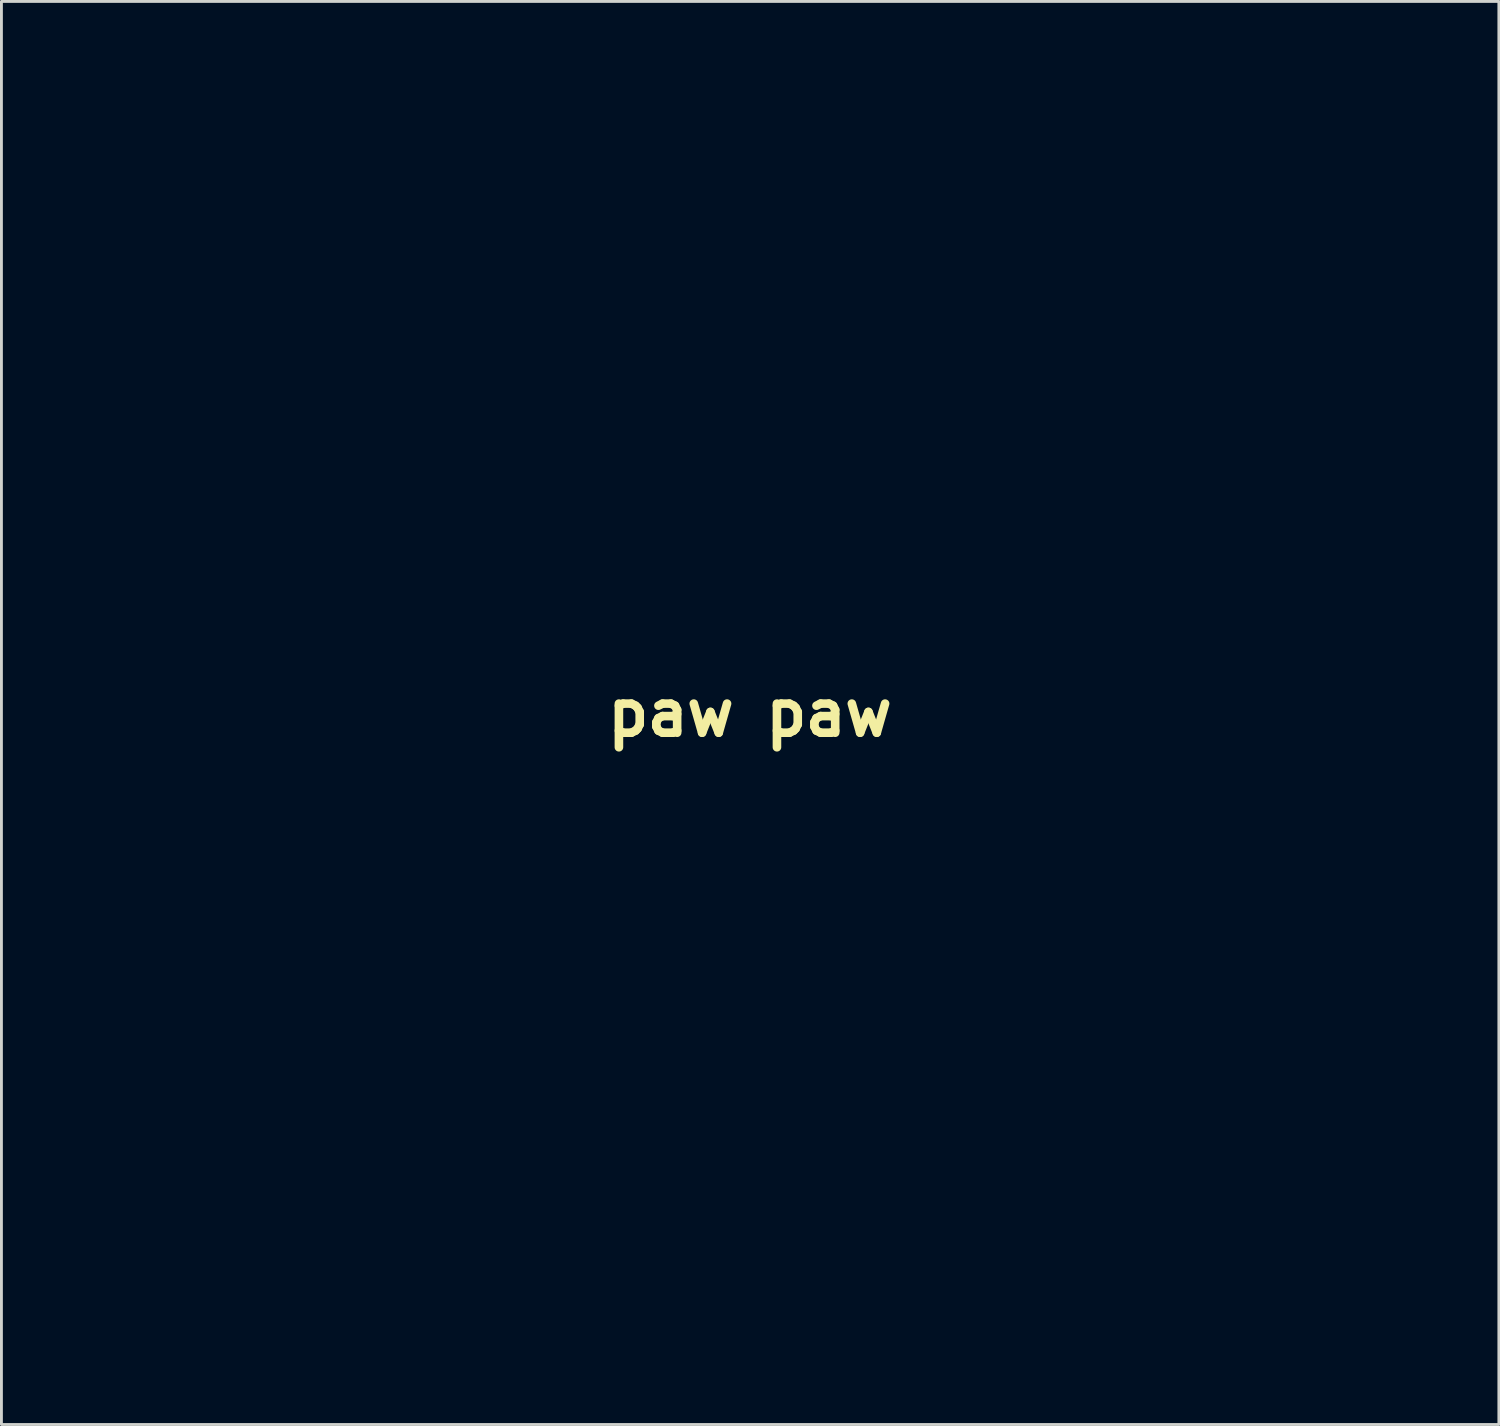
<source format=kicad_pcb>
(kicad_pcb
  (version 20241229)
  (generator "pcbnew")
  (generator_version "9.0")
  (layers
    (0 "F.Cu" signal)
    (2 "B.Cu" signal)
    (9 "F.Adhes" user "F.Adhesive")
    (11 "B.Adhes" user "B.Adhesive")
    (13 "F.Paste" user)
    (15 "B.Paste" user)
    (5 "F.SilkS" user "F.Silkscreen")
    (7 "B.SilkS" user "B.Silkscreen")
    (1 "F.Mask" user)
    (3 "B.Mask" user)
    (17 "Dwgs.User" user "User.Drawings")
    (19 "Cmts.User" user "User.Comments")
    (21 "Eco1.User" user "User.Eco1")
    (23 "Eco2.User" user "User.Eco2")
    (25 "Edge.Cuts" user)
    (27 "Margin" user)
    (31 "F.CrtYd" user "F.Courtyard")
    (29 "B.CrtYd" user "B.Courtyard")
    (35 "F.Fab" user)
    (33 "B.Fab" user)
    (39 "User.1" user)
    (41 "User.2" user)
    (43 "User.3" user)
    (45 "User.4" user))
  (footprint "paw paw"
    (layer "F.Cu")
    (at 23.122 21.832)
    (property "Reference" "paw paw" (at 0 0 0) (layer "F.SilkS") (effects (font (size 1.524 1.524) (thickness 0.3))))
    (attr through_hole)
    (fp_poly (pts (xy 18.769 -9.979) (xy 18.905 -9.974) (xy 19.034 -9.966) (xy 19.15 -9.957) (xy 19.247 -9.945) (xy 19.247 -9.945) (xy 19.567 -9.883) (xy 19.877 -9.799) (xy 20.176 -9.691) (xy 20.465 -9.56) (xy 20.743 -9.407) (xy 21.01 -9.23) (xy 21.266 -9.031) (xy 21.491 -8.828) (xy 21.719 -8.591) (xy 21.931 -8.335) (xy 22.129 -8.06) (xy 22.31 -7.767) (xy 22.474 -7.458) (xy 22.622 -7.133) (xy 22.752 -6.795) (xy 22.864 -6.444) (xy 22.957 -6.08) (xy 23.031 -5.706) (xy 23.086 -5.322) (xy 23.094 -5.245) (xy 23.11 -5.093) (xy 23.121 -4.96) (xy 23.128 -4.841) (xy 23.132 -4.732) (xy 23.132 -4.626) (xy 23.129 -4.518) (xy 23.126 -4.445) (xy 23.09 -3.943) (xy 23.036 -3.458) (xy 22.965 -2.991) (xy 22.875 -2.54) (xy 22.766 -2.106) (xy 22.64 -1.687) (xy 22.494 -1.283) (xy 22.329 -0.893) (xy 22.145 -0.517) (xy 21.942 -0.155) (xy 21.719 0.195) (xy 21.477 0.533) (xy 21.274 0.787) (xy 21.218 0.852) (xy 21.146 0.931) (xy 21.062 1.02) (xy 20.97 1.115) (xy 20.872 1.214) (xy 20.773 1.312) (xy 20.675 1.407) (xy 20.583 1.495) (xy 20.499 1.573) (xy 20.427 1.636) (xy 20.403 1.657) (xy 20.194 1.824) (xy 19.979 1.986) (xy 19.762 2.14) (xy 19.546 2.283) (xy 19.336 2.413) (xy 19.134 2.527) (xy 19.018 2.588) (xy 18.726 2.722) (xy 18.424 2.838) (xy 18.117 2.934) (xy 17.809 3.009) (xy 17.503 3.062) (xy 17.291 3.086) (xy 17.23 3.09) (xy 17.152 3.093) (xy 17.064 3.095) (xy 16.97 3.096) (xy 16.877 3.097) (xy 16.791 3.096) (xy 16.717 3.094) (xy 16.661 3.092) (xy 16.65 3.091) (xy 16.347 3.054) (xy 16.061 3.003) (xy 15.791 2.935) (xy 15.531 2.85) (xy 15.28 2.746) (xy 15.034 2.622) (xy 14.789 2.478) (xy 14.719 2.433) (xy 14.457 2.246) (xy 14.209 2.038) (xy 13.976 1.809) (xy 13.758 1.562) (xy 13.556 1.295) (xy 13.37 1.009) (xy 13.199 0.705) (xy 13.046 0.384) (xy 12.909 0.045) (xy 12.84 -0.152) (xy 12.714 -0.573) (xy 12.613 -0.996) (xy 12.537 -1.421) (xy 12.486 -1.847) (xy 12.46 -2.274) (xy 12.46 -2.703) (xy 12.485 -3.131) (xy 12.536 -3.56) (xy 12.561 -3.721) (xy 12.644 -4.135) (xy 12.751 -4.552) (xy 12.884 -4.971) (xy 13.041 -5.391) (xy 13.222 -5.813) (xy 13.427 -6.235) (xy 13.657 -6.657) (xy 13.79 -6.883) (xy 14.02 -7.245) (xy 14.264 -7.585) (xy 14.521 -7.903) (xy 14.792 -8.2) (xy 15.077 -8.476) (xy 15.375 -8.732) (xy 15.689 -8.967) (xy 16.016 -9.182) (xy 16.359 -9.378) (xy 16.471 -9.435) (xy 16.783 -9.582) (xy 17.091 -9.705) (xy 17.396 -9.805) (xy 17.701 -9.883) (xy 18.009 -9.939) (xy 18.274 -9.97) (xy 18.378 -9.977) (xy 18.499 -9.98) (xy 18.631 -9.981) (xy 18.769 -9.979)) (stroke (width 0.01) (type solid)) (fill no) (layer "Eco2.User"))
    (fp_poly (pts (xy -18.396 -9.989) (xy -18.083 -9.965) (xy -17.773 -9.918) (xy -17.466 -9.848) (xy -17.16 -9.755) (xy -16.854 -9.639) (xy -16.548 -9.499) (xy -16.242 -9.334) (xy -15.933 -9.145) (xy -15.622 -8.932) (xy -15.508 -8.848) (xy -15.224 -8.623) (xy -14.946 -8.377) (xy -14.678 -8.115) (xy -14.426 -7.842) (xy -14.192 -7.561) (xy -14.096 -7.436) (xy -13.856 -7.095) (xy -13.634 -6.738) (xy -13.429 -6.365) (xy -13.241 -5.975) (xy -13.07 -5.568) (xy -12.914 -5.142) (xy -12.775 -4.697) (xy -12.744 -4.59) (xy -12.633 -4.15) (xy -12.545 -3.719) (xy -12.481 -3.294) (xy -12.442 -2.875) (xy -12.426 -2.462) (xy -12.434 -2.053) (xy -12.466 -1.649) (xy -12.522 -1.247) (xy -12.601 -0.848) (xy -12.639 -0.692) (xy -12.747 -0.313) (xy -12.874 0.052) (xy -13.022 0.4) (xy -13.188 0.733) (xy -13.374 1.049) (xy -13.578 1.348) (xy -13.667 1.466) (xy -13.728 1.541) (xy -13.803 1.627) (xy -13.887 1.719) (xy -13.976 1.813) (xy -14.065 1.904) (xy -14.15 1.988) (xy -14.227 2.059) (xy -14.266 2.094) (xy -14.528 2.3) (xy -14.799 2.484) (xy -15.079 2.643) (xy -15.368 2.778) (xy -15.664 2.89) (xy -15.969 2.978) (xy -16.282 3.041) (xy -16.466 3.067) (xy -16.572 3.077) (xy -16.693 3.084) (xy -16.824 3.09) (xy -16.956 3.092) (xy -17.081 3.092) (xy -17.192 3.088) (xy -17.232 3.086) (xy -17.565 3.05) (xy -17.895 2.989) (xy -18.223 2.903) (xy -18.548 2.791) (xy -18.87 2.655) (xy -19.188 2.494) (xy -19.504 2.307) (xy -19.816 2.096) (xy -19.92 2.019) (xy -20.266 1.744) (xy -20.593 1.453) (xy -20.9 1.145) (xy -21.187 0.822) (xy -21.455 0.483) (xy -21.703 0.127) (xy -21.933 -0.245) (xy -22.143 -0.633) (xy -22.333 -1.038) (xy -22.505 -1.46) (xy -22.569 -1.634) (xy -22.66 -1.909) (xy -22.746 -2.196) (xy -22.824 -2.49) (xy -22.893 -2.785) (xy -22.952 -3.075) (xy -22.999 -3.357) (xy -23.034 -3.623) (xy -23.037 -3.651) (xy -23.041 -3.693) (xy -23.047 -3.757) (xy -23.054 -3.838) (xy -23.062 -3.933) (xy -23.07 -4.039) (xy -23.079 -4.151) (xy -23.088 -4.267) (xy -23.088 -4.269) (xy -23.098 -4.402) (xy -23.106 -4.515) (xy -23.112 -4.61) (xy -23.116 -4.692) (xy -23.117 -4.766) (xy -23.117 -4.835) (xy -23.114 -4.904) (xy -23.108 -4.977) (xy -23.1 -5.058) (xy -23.089 -5.152) (xy -23.076 -5.261) (xy -23.075 -5.271) (xy -23.015 -5.681) (xy -22.935 -6.078) (xy -22.835 -6.46) (xy -22.715 -6.827) (xy -22.577 -7.178) (xy -22.419 -7.514) (xy -22.241 -7.834) (xy -22.045 -8.137) (xy -21.838 -8.413) (xy -21.765 -8.5) (xy -21.678 -8.597) (xy -21.581 -8.699) (xy -21.481 -8.8) (xy -21.383 -8.895) (xy -21.292 -8.978) (xy -21.254 -9.011) (xy -20.993 -9.215) (xy -20.722 -9.396) (xy -20.443 -9.553) (xy -20.155 -9.686) (xy -19.859 -9.796) (xy -19.554 -9.881) (xy -19.242 -9.943) (xy -18.922 -9.98) (xy -18.713 -9.991) (xy -18.396 -9.989)) (stroke (width 0.01) (type solid)) (fill no) (layer "Eco2.User"))
    (fp_poly (pts (xy 8.156 -21.825) (xy 8.291 -21.821) (xy 8.413 -21.815) (xy 8.518 -21.806) (xy 8.547 -21.802) (xy 8.872 -21.747) (xy 9.185 -21.671) (xy 9.486 -21.574) (xy 9.777 -21.454) (xy 10.058 -21.311) (xy 10.331 -21.146) (xy 10.597 -20.957) (xy 10.856 -20.744) (xy 11.084 -20.532) (xy 11.358 -20.244) (xy 11.613 -19.941) (xy 11.847 -19.624) (xy 12.062 -19.291) (xy 12.256 -18.944) (xy 12.431 -18.581) (xy 12.585 -18.202) (xy 12.72 -17.808) (xy 12.835 -17.398) (xy 12.931 -16.972) (xy 13.006 -16.53) (xy 13.049 -16.205) (xy 13.066 -16.034) (xy 13.082 -15.854) (xy 13.095 -15.669) (xy 13.106 -15.482) (xy 13.115 -15.299) (xy 13.121 -15.122) (xy 13.124 -14.958) (xy 13.123 -14.809) (xy 13.12 -14.68) (xy 13.118 -14.649) (xy 13.078 -14.122) (xy 13.016 -13.609) (xy 12.934 -13.11) (xy 12.831 -12.625) (xy 12.706 -12.154) (xy 12.561 -11.696) (xy 12.394 -11.251) (xy 12.205 -10.819) (xy 11.995 -10.399) (xy 11.763 -9.992) (xy 11.51 -9.597) (xy 11.235 -9.213) (xy 10.938 -8.841) (xy 10.877 -8.769) (xy 10.805 -8.688) (xy 10.72 -8.596) (xy 10.625 -8.495) (xy 10.523 -8.39) (xy 10.419 -8.285) (xy 10.315 -8.182) (xy 10.216 -8.086) (xy 10.125 -8) (xy 10.045 -7.928) (xy 10.014 -7.901) (xy 9.885 -7.795) (xy 9.743 -7.684) (xy 9.595 -7.575) (xy 9.449 -7.471) (xy 9.311 -7.379) (xy 9.275 -7.356) (xy 9.178 -7.298) (xy 9.065 -7.234) (xy 8.941 -7.168) (xy 8.812 -7.102) (xy 8.682 -7.039) (xy 8.559 -6.982) (xy 8.446 -6.933) (xy 8.357 -6.898) (xy 8.022 -6.787) (xy 7.685 -6.702) (xy 7.343 -6.641) (xy 6.996 -6.605) (xy 6.645 -6.595) (xy 6.338 -6.605) (xy 5.995 -6.639) (xy 5.662 -6.696) (xy 5.338 -6.777) (xy 5.025 -6.88) (xy 4.721 -7.007) (xy 4.428 -7.157) (xy 4.146 -7.33) (xy 3.947 -7.471) (xy 3.696 -7.673) (xy 3.455 -7.894) (xy 3.224 -8.135) (xy 3.002 -8.399) (xy 2.887 -8.547) (xy 2.65 -8.885) (xy 2.433 -9.238) (xy 2.236 -9.605) (xy 2.06 -9.985) (xy 1.906 -10.378) (xy 1.773 -10.783) (xy 1.662 -11.199) (xy 1.573 -11.625) (xy 1.506 -12.06) (xy 1.481 -12.287) (xy 1.454 -12.629) (xy 1.439 -12.988) (xy 1.437 -13.359) (xy 1.446 -13.737) (xy 1.468 -14.117) (xy 1.493 -14.415) (xy 1.555 -14.917) (xy 1.64 -15.409) (xy 1.748 -15.892) (xy 1.88 -16.364) (xy 2.034 -16.827) (xy 2.212 -17.279) (xy 2.414 -17.721) (xy 2.638 -18.152) (xy 2.886 -18.573) (xy 3.156 -18.983) (xy 3.36 -19.265) (xy 3.624 -19.601) (xy 3.894 -19.913) (xy 4.17 -20.2) (xy 4.453 -20.463) (xy 4.742 -20.702) (xy 5.038 -20.918) (xy 5.342 -21.111) (xy 5.654 -21.28) (xy 5.974 -21.428) (xy 6.09 -21.475) (xy 6.307 -21.555) (xy 6.522 -21.623) (xy 6.74 -21.682) (xy 6.968 -21.731) (xy 7.21 -21.773) (xy 7.366 -21.796) (xy 7.469 -21.807) (xy 7.59 -21.816) (xy 7.724 -21.822) (xy 7.867 -21.825) (xy 8.013 -21.827) (xy 8.156 -21.825)) (stroke (width 0.01) (type solid)) (fill no) (layer "Eco2.User"))
    (fp_poly (pts (xy -7.695 -21.822) (xy -7.535 -21.816) (xy -7.388 -21.806) (xy -7.247 -21.792) (xy -7.106 -21.772) (xy -6.962 -21.748) (xy -6.626 -21.674) (xy -6.297 -21.577) (xy -5.976 -21.456) (xy -5.662 -21.313) (xy -5.354 -21.146) (xy -5.052 -20.954) (xy -4.756 -20.739) (xy -4.464 -20.498) (xy -4.176 -20.234) (xy -4.161 -20.218) (xy -3.843 -19.89) (xy -3.541 -19.543) (xy -3.257 -19.177) (xy -2.99 -18.795) (xy -2.741 -18.395) (xy -2.51 -17.98) (xy -2.298 -17.55) (xy -2.106 -17.106) (xy -2.003 -16.839) (xy -1.842 -16.369) (xy -1.704 -15.89) (xy -1.591 -15.404) (xy -1.503 -14.911) (xy -1.438 -14.411) (xy -1.409 -14.084) (xy -1.399 -13.896) (xy -1.394 -13.688) (xy -1.394 -13.464) (xy -1.399 -13.23) (xy -1.408 -12.99) (xy -1.422 -12.748) (xy -1.439 -12.51) (xy -1.461 -12.279) (xy -1.487 -12.062) (xy -1.487 -12.059) (xy -1.558 -11.609) (xy -1.648 -11.173) (xy -1.76 -10.751) (xy -1.892 -10.345) (xy -2.044 -9.953) (xy -2.216 -9.576) (xy -2.409 -9.215) (xy -2.622 -8.868) (xy -2.645 -8.833) (xy -2.859 -8.534) (xy -3.088 -8.253) (xy -3.331 -7.992) (xy -3.587 -7.752) (xy -3.857 -7.531) (xy -4.138 -7.333) (xy -4.43 -7.156) (xy -4.733 -7.001) (xy -5.045 -6.869) (xy -5.245 -6.799) (xy -5.526 -6.719) (xy -5.822 -6.656) (xy -6.123 -6.611) (xy -6.188 -6.605) (xy -6.271 -6.599) (xy -6.364 -6.594) (xy -6.463 -6.589) (xy -6.562 -6.586) (xy -6.656 -6.584) (xy -6.739 -6.583) (xy -6.806 -6.584) (xy -6.839 -6.586) (xy -7.137 -6.614) (xy -7.415 -6.653) (xy -7.68 -6.705) (xy -7.934 -6.77) (xy -8.183 -6.849) (xy -8.43 -6.945) (xy -8.681 -7.057) (xy -8.744 -7.087) (xy -9.04 -7.244) (xy -9.332 -7.423) (xy -9.621 -7.624) (xy -9.907 -7.848) (xy -10.191 -8.096) (xy -10.475 -8.369) (xy -10.611 -8.509) (xy -10.913 -8.844) (xy -11.196 -9.196) (xy -11.461 -9.565) (xy -11.706 -9.951) (xy -11.931 -10.353) (xy -12.138 -10.771) (xy -12.325 -11.206) (xy -12.494 -11.656) (xy -12.642 -12.123) (xy -12.755 -12.541) (xy -12.843 -12.92) (xy -12.919 -13.315) (xy -12.985 -13.717) (xy -13.037 -14.12) (xy -13.063 -14.376) (xy -13.07 -14.479) (xy -13.077 -14.602) (xy -13.082 -14.741) (xy -13.087 -14.889) (xy -13.09 -15.042) (xy -13.091 -15.196) (xy -13.091 -15.344) (xy -13.09 -15.483) (xy -13.087 -15.606) (xy -13.082 -15.71) (xy -13.082 -15.716) (xy -13.044 -16.159) (xy -12.987 -16.588) (xy -12.909 -17.004) (xy -12.81 -17.409) (xy -12.69 -17.806) (xy -12.548 -18.196) (xy -12.384 -18.582) (xy -12.257 -18.847) (xy -12.067 -19.202) (xy -11.866 -19.536) (xy -11.654 -19.847) (xy -11.431 -20.137) (xy -11.197 -20.403) (xy -10.952 -20.647) (xy -10.697 -20.869) (xy -10.431 -21.068) (xy -10.155 -21.244) (xy -9.869 -21.397) (xy -9.572 -21.527) (xy -9.266 -21.633) (xy -8.95 -21.716) (xy -8.724 -21.76) (xy -8.598 -21.781) (xy -8.483 -21.796) (xy -8.372 -21.808) (xy -8.259 -21.816) (xy -8.138 -21.821) (xy -8.003 -21.823) (xy -7.874 -21.824) (xy -7.695 -21.822)) (stroke (width 0.01) (type solid)) (fill no) (layer "Eco2.User"))
    (fp_poly (pts (xy 0.431 -4.531) (xy 0.886 -4.494) (xy 1.342 -4.432) (xy 1.799 -4.344) (xy 2.258 -4.231) (xy 2.717 -4.092) (xy 3.178 -3.928) (xy 3.277 -3.89) (xy 3.514 -3.793) (xy 3.767 -3.682) (xy 4.031 -3.561) (xy 4.301 -3.431) (xy 4.573 -3.295) (xy 4.84 -3.155) (xy 5.1 -3.013) (xy 5.347 -2.873) (xy 5.86 -2.561) (xy 6.365 -2.232) (xy 6.863 -1.883) (xy 7.356 -1.514) (xy 7.845 -1.124) (xy 8.332 -0.71) (xy 8.819 -0.273) (xy 8.839 -0.255) (xy 8.915 -0.184) (xy 9.005 -0.097) (xy 9.108 0.002) (xy 9.219 0.111) (xy 9.337 0.228) (xy 9.459 0.348) (xy 9.581 0.47) (xy 9.701 0.591) (xy 9.817 0.708) (xy 9.924 0.818) (xy 10.022 0.919) (xy 10.106 1.006) (xy 10.109 1.01) (xy 10.677 1.63) (xy 11.223 2.261) (xy 11.747 2.905) (xy 12.248 3.56) (xy 12.727 4.227) (xy 13.184 4.907) (xy 13.618 5.598) (xy 14.03 6.301) (xy 14.42 7.017) (xy 14.787 7.745) (xy 15.133 8.485) (xy 15.456 9.238) (xy 15.542 9.449) (xy 15.802 10.125) (xy 16.038 10.795) (xy 16.249 11.461) (xy 16.436 12.122) (xy 16.599 12.78) (xy 16.737 13.434) (xy 16.852 14.086) (xy 16.943 14.736) (xy 16.998 15.253) (xy 17.012 15.403) (xy 17.023 15.544) (xy 17.033 15.679) (xy 17.041 15.811) (xy 17.048 15.947) (xy 17.053 16.088) (xy 17.058 16.24) (xy 17.061 16.406) (xy 17.064 16.59) (xy 17.065 16.739) (xy 17.067 17.078) (xy 17.065 17.394) (xy 17.059 17.689) (xy 17.048 17.964) (xy 17.034 18.221) (xy 17.015 18.463) (xy 16.992 18.691) (xy 16.963 18.906) (xy 16.93 19.112) (xy 16.891 19.309) (xy 16.847 19.499) (xy 16.797 19.685) (xy 16.741 19.868) (xy 16.727 19.914) (xy 16.634 20.173) (xy 16.533 20.41) (xy 16.423 20.626) (xy 16.303 20.823) (xy 16.173 21.003) (xy 16.03 21.169) (xy 15.978 21.223) (xy 15.808 21.378) (xy 15.63 21.509) (xy 15.442 21.618) (xy 15.243 21.705) (xy 15.031 21.77) (xy 14.891 21.801) (xy 14.813 21.812) (xy 14.715 21.82) (xy 14.605 21.825) (xy 14.487 21.826) (xy 14.368 21.825) (xy 14.254 21.82) (xy 14.152 21.812) (xy 14.066 21.801) (xy 14.065 21.801) (xy 13.858 21.76) (xy 13.632 21.701) (xy 13.39 21.626) (xy 13.131 21.534) (xy 12.858 21.427) (xy 12.57 21.303) (xy 12.268 21.164) (xy 12.071 21.069) (xy 11.976 21.021) (xy 11.88 20.973) (xy 11.783 20.924) (xy 11.684 20.872) (xy 11.582 20.819) (xy 11.476 20.762) (xy 11.364 20.701) (xy 11.247 20.637) (xy 11.122 20.568) (xy 10.989 20.493) (xy 10.847 20.413) (xy 10.695 20.326) (xy 10.532 20.232) (xy 10.356 20.131) (xy 10.168 20.021) (xy 9.964 19.902) (xy 9.746 19.775) (xy 9.512 19.637) (xy 9.26 19.489) (xy 8.989 19.329) (xy 8.7 19.158) (xy 8.39 18.975) (xy 8.249 18.891) (xy 7.909 18.691) (xy 7.591 18.504) (xy 7.292 18.329) (xy 7.012 18.168) (xy 6.751 18.018) (xy 6.508 17.879) (xy 6.282 17.752) (xy 6.071 17.636) (xy 5.877 17.53) (xy 5.697 17.433) (xy 5.531 17.347) (xy 5.379 17.269) (xy 5.368 17.264) (xy 4.853 17.019) (xy 4.329 16.797) (xy 3.8 16.599) (xy 3.265 16.424) (xy 2.726 16.274) (xy 2.185 16.148) (xy 1.642 16.047) (xy 1.397 16.009) (xy 0.907 15.952) (xy 0.417 15.92) (xy -0.075 15.913) (xy -0.569 15.931) (xy -1.066 15.974) (xy -1.565 16.042) (xy -2.044 16.13) (xy -2.39 16.208) (xy -2.739 16.296) (xy -3.09 16.396) (xy -3.445 16.508) (xy -3.806 16.633) (xy -4.173 16.771) (xy -4.548 16.922) (xy -4.931 17.088) (xy -5.325 17.268) (xy -5.73 17.464) (xy -6.147 17.675) (xy -6.578 17.903) (xy -7.024 18.147) (xy -7.486 18.409) (xy -7.766 18.571) (xy -7.835 18.612) (xy -7.924 18.664) (xy -8.029 18.726) (xy -8.148 18.797) (xy -8.28 18.875) (xy -8.42 18.959) (xy -8.568 19.047) (xy -8.72 19.138) (xy -8.874 19.23) (xy -9.027 19.322) (xy -9.081 19.354) (xy -9.438 19.568) (xy -9.776 19.769) (xy -10.098 19.958) (xy -10.407 20.137) (xy -10.705 20.308) (xy -10.994 20.471) (xy -11.277 20.629) (xy -11.556 20.782) (xy -11.834 20.932) (xy -12.113 21.08) (xy -12.396 21.228) (xy -12.685 21.377) (xy -12.719 21.394) (xy -12.877 21.474) (xy -13.017 21.541) (xy -13.143 21.598) (xy -13.259 21.646) (xy -13.369 21.686) (xy -13.477 21.719) (xy -13.586 21.748) (xy -13.7 21.773) (xy -13.811 21.794) (xy -13.885 21.805) (xy -13.977 21.813) (xy -14.082 21.82) (xy -14.194 21.825) (xy -14.308 21.827) (xy -14.416 21.828) (xy -14.513 21.825) (xy -14.593 21.821) (xy -14.618 21.818) (xy -14.868 21.777) (xy -15.103 21.715) (xy -15.323 21.633) (xy -15.529 21.53) (xy -15.72 21.406) (xy -15.897 21.26) (xy -16.061 21.094) (xy -16.211 20.906) (xy -16.348 20.697) (xy -16.364 20.669) (xy -16.475 20.459) (xy -16.577 20.227) (xy -16.67 19.974) (xy -16.753 19.703) (xy -16.827 19.415) (xy -16.89 19.112) (xy -16.942 18.797) (xy -16.983 18.47) (xy -16.985 18.447) (xy -17.003 18.238) (xy -17.018 18.008) (xy -17.028 17.758) (xy -17.035 17.493) (xy -17.037 17.216) (xy -17.036 16.929) (xy -17.031 16.636) (xy -17.023 16.341) (xy -17.01 16.045) (xy -16.994 15.753) (xy -16.986 15.634) (xy -16.927 14.963) (xy -16.843 14.292) (xy -16.736 13.621) (xy -16.603 12.95) (xy -16.446 12.278) (xy -16.264 11.605) (xy -16.057 10.932) (xy -15.826 10.258) (xy -15.569 9.582) (xy -15.288 8.906) (xy -14.981 8.227) (xy -14.65 7.547) (xy -14.293 6.865) (xy -13.911 6.181) (xy -13.649 5.734) (xy -13.231 5.056) (xy -12.802 4.4) (xy -12.36 3.764) (xy -11.905 3.147) (xy -11.436 2.548) (xy -10.951 1.965) (xy -10.53 1.486) (xy -10.394 1.338) (xy -10.244 1.177) (xy -10.083 1.007) (xy -9.913 0.832) (xy -9.74 0.655) (xy -9.565 0.479) (xy -9.392 0.308) (xy -9.225 0.145) (xy -9.067 -0.007) (xy -8.922 -0.143) (xy -8.89 -0.173) (xy -8.511 -0.513) (xy -8.127 -0.845) (xy -7.741 -1.167) (xy -7.353 -1.476) (xy -6.967 -1.771) (xy -6.586 -2.049) (xy -6.211 -2.31) (xy -5.845 -2.552) (xy -5.7 -2.643) (xy -5.367 -2.844) (xy -5.024 -3.039) (xy -4.674 -3.227) (xy -4.321 -3.406) (xy -3.966 -3.575) (xy -3.614 -3.732) (xy -3.266 -3.876) (xy -2.927 -4.006) (xy -2.599 -4.12) (xy -2.285 -4.218) (xy -2.27 -4.222) (xy -1.823 -4.337) (xy -1.375 -4.427) (xy -0.925 -4.491) (xy -0.475 -4.53) (xy -0.022 -4.543) (xy 0.431 -4.531)) (stroke (width 0.01) (type solid)) (fill no) (layer "Eco2.User")))
  (gr_rect
    (start -3 -3)
    (end 49.26 46.664)
    (stroke (width 0.1) (type default))
    (fill no)
    (layer "Edge.Cuts")))
</source>
